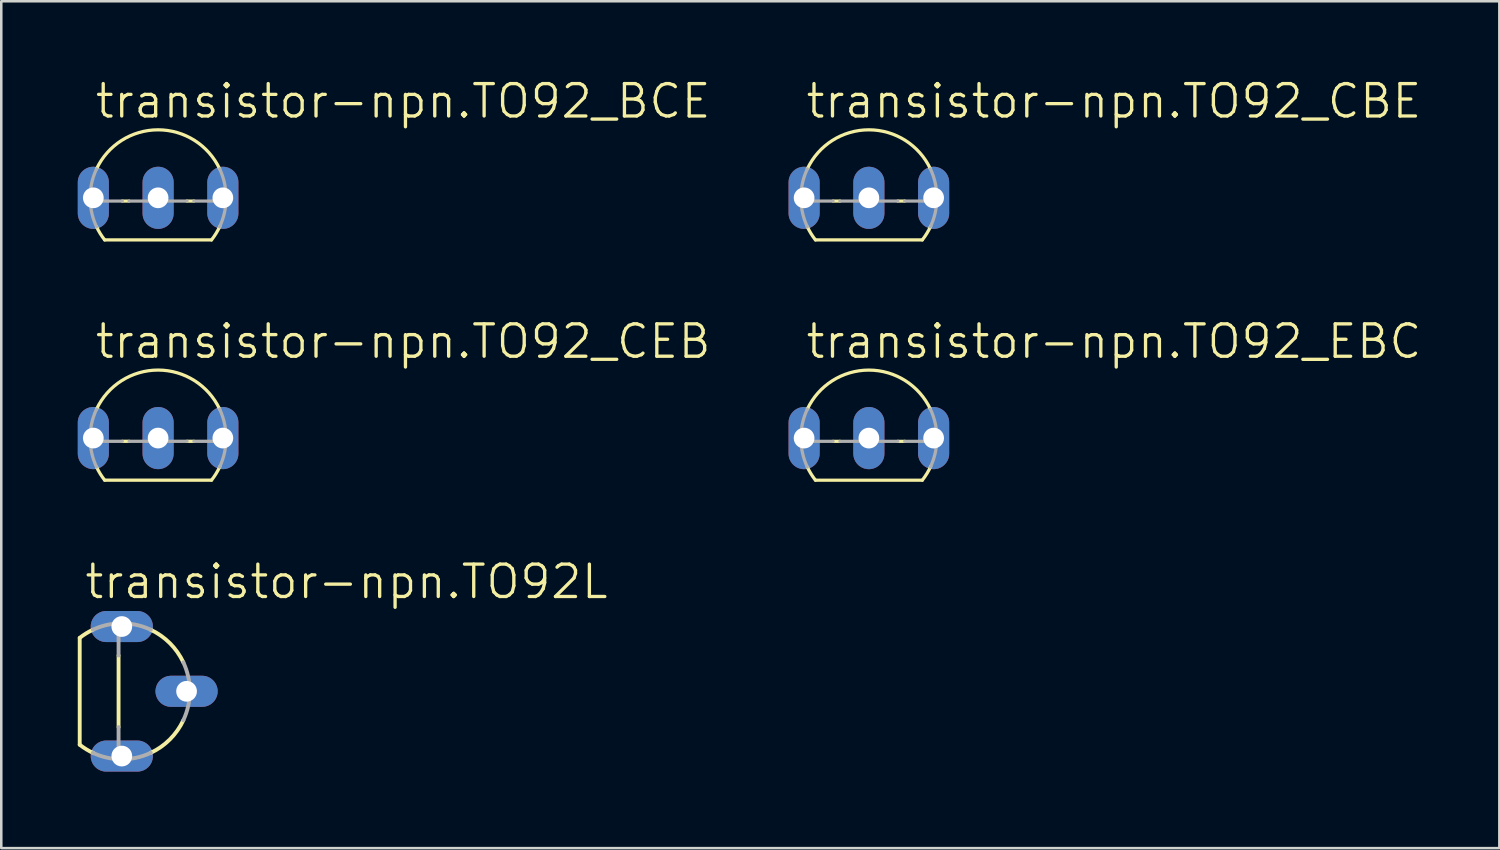
<source format=kicad_pcb>
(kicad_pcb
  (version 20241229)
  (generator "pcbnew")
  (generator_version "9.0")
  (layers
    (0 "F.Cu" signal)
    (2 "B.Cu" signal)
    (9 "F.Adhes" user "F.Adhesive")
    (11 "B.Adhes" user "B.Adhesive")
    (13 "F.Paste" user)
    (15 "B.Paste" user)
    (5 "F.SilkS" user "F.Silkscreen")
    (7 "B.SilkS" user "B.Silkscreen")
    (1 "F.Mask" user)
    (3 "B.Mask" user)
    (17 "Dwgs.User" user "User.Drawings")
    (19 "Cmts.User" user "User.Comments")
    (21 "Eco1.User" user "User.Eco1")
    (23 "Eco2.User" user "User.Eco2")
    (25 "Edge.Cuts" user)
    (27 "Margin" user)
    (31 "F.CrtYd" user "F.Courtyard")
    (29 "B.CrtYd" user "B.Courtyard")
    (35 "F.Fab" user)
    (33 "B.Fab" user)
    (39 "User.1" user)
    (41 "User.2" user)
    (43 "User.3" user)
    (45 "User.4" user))
  (footprint "transistor-npn.TO92_EBC"
    (layer "F.Cu")
    (at 31.025 12.861)
    (property "Reference" "transistor-npn.TO92_EBC" (at -2.54 -1.778 0) (layer "F.SilkS") (effects (font (size 1.27 1.27) (thickness 0.13)) (justify left bottom)))
    (attr through_hole)
    (fp_line (start -2.095 2.921) (end 2.095 2.921) (stroke (width 0.127) (type default)) (layer "F.SilkS"))
    (fp_line (start -1.136 1.397) (end -1.404 1.397) (stroke (width 0.127) (type default)) (layer "F.SilkS"))
    (fp_line (start 1.404 1.397) (end 1.136 1.397) (stroke (width 0.127) (type default)) (layer "F.SilkS"))
    (fp_arc (start -2.413 0.1341) (mid 0 -1.396985) (end 2.413 0.1341) (stroke (width 0.127) (type default)) (layer "F.SilkS"))
    (fp_arc (start -2.095 2.921) (mid -2.268918 2.67252) (end -2.4135 2.4059) (stroke (width 0.127) (type default)) (layer "F.SilkS"))
    (fp_arc (start 2.4247 2.3818) (mid 2.275878 2.661201) (end 2.095 2.921) (stroke (width 0.127) (type default)) (layer "F.SilkS"))
    (fp_line (start -1.404 1.397) (end -2.664 1.397) (stroke (width 0.127) (type default)) (layer "F.Fab"))
    (fp_line (start 1.136 1.397) (end -1.136 1.397) (stroke (width 0.127) (type default)) (layer "F.Fab"))
    (fp_line (start 2.664 1.397) (end 1.404 1.397) (stroke (width 0.127) (type default)) (layer "F.Fab"))
    (fp_arc (start -2.664 1.397) (mid -2.615858 0.750175) (end -2.413 0.1341) (stroke (width 0.127) (type default)) (layer "F.Fab"))
    (fp_arc (start -2.413 2.4059) (mid -2.588137 1.913799) (end -2.664 1.397) (stroke (width 0.127) (type default)) (layer "F.Fab"))
    (fp_arc (start 2.413 0.1341) (mid 2.615858 0.750175) (end 2.664 1.397) (stroke (width 0.127) (type default)) (layer "F.Fab"))
    (fp_arc (start 2.664 1.397) (mid 2.588137 1.913799) (end 2.413 2.4059) (stroke (width 0.127) (type default)) (layer "F.Fab"))
    (pad "B" thru_hole oval (at 0 1.27 90) (size 2.438 1.219) (drill 0.813) (layers "*.Cu" "*.Mask"))
    (pad "C" thru_hole oval (at -2.54 1.27 90) (size 2.438 1.219) (drill 0.813) (layers "*.Cu" "*.Mask"))
    (pad "E" thru_hole oval (at 2.54 1.27 90) (size 2.438 1.219) (drill 0.813) (layers "*.Cu" "*.Mask")))
  (footprint "transistor-npn.TO92_CEB"
    (layer "F.Cu")
    (at 3.15 14.13)
    (property "Reference" "transistor-npn.TO92_CEB" (at -2.54 -3.048 0) (layer "F.SilkS") (effects (font (size 1.27 1.27) (thickness 0.13)) (justify left bottom)))
    (attr through_hole)
    (fp_line (start -2.095 1.651) (end 2.095 1.651) (stroke (width 0.127) (type default)) (layer "F.SilkS"))
    (fp_line (start -1.136 0.127) (end -1.404 0.127) (stroke (width 0.127) (type default)) (layer "F.SilkS"))
    (fp_line (start 1.404 0.127) (end 1.136 0.127) (stroke (width 0.127) (type default)) (layer "F.SilkS"))
    (fp_arc (start -2.413 -1.1359) (mid 0 -2.666985) (end 2.413 -1.1359) (stroke (width 0.127) (type default)) (layer "F.SilkS"))
    (fp_arc (start -2.095 1.651) (mid -2.268918 1.40252) (end -2.4135 1.1359) (stroke (width 0.127) (type default)) (layer "F.SilkS"))
    (fp_arc (start 2.4247 1.1118) (mid 2.275878 1.391201) (end 2.095 1.651) (stroke (width 0.127) (type default)) (layer "F.SilkS"))
    (fp_line (start -1.404 0.127) (end -2.664 0.127) (stroke (width 0.127) (type default)) (layer "F.Fab"))
    (fp_line (start 1.136 0.127) (end -1.136 0.127) (stroke (width 0.127) (type default)) (layer "F.Fab"))
    (fp_line (start 2.664 0.127) (end 1.404 0.127) (stroke (width 0.127) (type default)) (layer "F.Fab"))
    (fp_arc (start -2.664 0.127) (mid -2.615858 -0.519825) (end -2.413 -1.1359) (stroke (width 0.127) (type default)) (layer "F.Fab"))
    (fp_arc (start -2.413 1.1359) (mid -2.588137 0.643799) (end -2.664 0.127) (stroke (width 0.127) (type default)) (layer "F.Fab"))
    (fp_arc (start 2.413 -1.1359) (mid 2.615858 -0.519825) (end 2.664 0.127) (stroke (width 0.127) (type default)) (layer "F.Fab"))
    (fp_arc (start 2.664 0.127) (mid 2.588137 0.643799) (end 2.413 1.1359) (stroke (width 0.127) (type default)) (layer "F.Fab"))
    (pad "B" thru_hole oval (at -2.54 0 90) (size 2.438 1.219) (drill 0.813) (layers "*.Cu" "*.Mask"))
    (pad "C" thru_hole oval (at 2.54 0 90) (size 2.438 1.219) (drill 0.813) (layers "*.Cu" "*.Mask"))
    (pad "E" thru_hole oval (at 0 0 90) (size 2.438 1.219) (drill 0.813) (layers "*.Cu" "*.Mask")))
  (footprint "transistor-npn.TO92L"
    (layer "F.Cu")
    (at 1.727 24.061)
    (property "Reference" "transistor-npn.TO92L" (at -1.524 -3.556 0) (layer "F.SilkS") (effects (font (size 1.27 1.27) (thickness 0.13)) (justify left bottom)))
    (attr through_hole)
    (fp_line (start -1.651 -2.095) (end -1.651 2.095) (stroke (width 0.152) (type default)) (layer "F.SilkS"))
    (fp_line (start -0.127 1.404) (end -0.127 -1.404) (stroke (width 0.152) (type default)) (layer "F.SilkS"))
    (fp_arc (start -1.651 -2.095) (mid -1.40252 -2.268918) (end -1.1359 -2.4135) (stroke (width 0.1524) (type default)) (layer "F.SilkS"))
    (fp_arc (start -1.1118 2.4247) (mid -1.391201 2.275878) (end -1.651 2.095) (stroke (width 0.1524) (type default)) (layer "F.SilkS"))
    (fp_arc (start 1.1359 -2.413) (mid 1.885847 -1.885847) (end 2.413 -1.1359) (stroke (width 0.1524) (type default)) (layer "F.SilkS"))
    (fp_arc (start 2.413 1.1359) (mid 1.885847 1.885847) (end 1.1359 2.413) (stroke (width 0.1524) (type default)) (layer "F.SilkS"))
    (fp_line (start -0.127 -1.404) (end -0.127 -2.664) (stroke (width 0.152) (type default)) (layer "F.Fab"))
    (fp_line (start -0.127 2.664) (end -0.127 1.404) (stroke (width 0.152) (type default)) (layer "F.Fab"))
    (fp_arc (start -1.1359 -2.413) (mid -0.643799 -2.588137) (end -0.127 -2.664) (stroke (width 0.1524) (type default)) (layer "F.Fab"))
    (fp_arc (start -0.127 -2.664) (mid 0.519825 -2.615858) (end 1.1359 -2.413) (stroke (width 0.1524) (type default)) (layer "F.Fab"))
    (fp_arc (start -0.127 2.664) (mid -0.643799 2.588137) (end -1.1359 2.413) (stroke (width 0.1524) (type default)) (layer "F.Fab"))
    (fp_arc (start 1.1359 2.413) (mid 0.519825 2.615858) (end -0.127 2.664) (stroke (width 0.1524) (type default)) (layer "F.Fab"))
    (fp_arc (start 2.413 -1.1359) (mid 2.666991 0) (end 2.413 1.1359) (stroke (width 0.1524) (type default)) (layer "F.Fab"))
    (pad "1" thru_hole oval (at 0 2.54) (size 2.438 1.219) (drill 0.813) (layers "*.Cu" "*.Mask"))
    (pad "2" thru_hole oval (at 2.54 0) (size 2.438 1.219) (drill 0.813) (layers "*.Cu" "*.Mask"))
    (pad "3" thru_hole oval (at 0 -2.54) (size 2.438 1.219) (drill 0.813) (layers "*.Cu" "*.Mask")))
  (footprint "transistor-npn.TO92_BCE"
    (layer "F.Cu")
    (at 3.15 4.708)
    (property "Reference" "transistor-npn.TO92_BCE" (at -2.54 -3.048 0) (layer "F.SilkS") (effects (font (size 1.27 1.27) (thickness 0.13)) (justify left bottom)))
    (attr through_hole)
    (fp_line (start -2.095 1.651) (end 2.095 1.651) (stroke (width 0.127) (type default)) (layer "F.SilkS"))
    (fp_line (start -1.136 0.127) (end -1.404 0.127) (stroke (width 0.127) (type default)) (layer "F.SilkS"))
    (fp_line (start 1.404 0.127) (end 1.136 0.127) (stroke (width 0.127) (type default)) (layer "F.SilkS"))
    (fp_arc (start -2.413 -1.1359) (mid 0 -2.666985) (end 2.413 -1.1359) (stroke (width 0.127) (type default)) (layer "F.SilkS"))
    (fp_arc (start -2.095 1.651) (mid -2.268918 1.40252) (end -2.4135 1.1359) (stroke (width 0.127) (type default)) (layer "F.SilkS"))
    (fp_arc (start 2.4247 1.1118) (mid 2.275878 1.391201) (end 2.095 1.651) (stroke (width 0.127) (type default)) (layer "F.SilkS"))
    (fp_line (start -1.404 0.127) (end -2.664 0.127) (stroke (width 0.127) (type default)) (layer "F.Fab"))
    (fp_line (start 1.136 0.127) (end -1.136 0.127) (stroke (width 0.127) (type default)) (layer "F.Fab"))
    (fp_line (start 2.664 0.127) (end 1.404 0.127) (stroke (width 0.127) (type default)) (layer "F.Fab"))
    (fp_arc (start -2.664 0.127) (mid -2.615858 -0.519825) (end -2.413 -1.1359) (stroke (width 0.127) (type default)) (layer "F.Fab"))
    (fp_arc (start -2.413 1.1359) (mid -2.588137 0.643799) (end -2.664 0.127) (stroke (width 0.127) (type default)) (layer "F.Fab"))
    (fp_arc (start 2.413 -1.1359) (mid 2.615858 -0.519825) (end 2.664 0.127) (stroke (width 0.127) (type default)) (layer "F.Fab"))
    (fp_arc (start 2.664 0.127) (mid 2.588137 0.643799) (end 2.413 1.1359) (stroke (width 0.127) (type default)) (layer "F.Fab"))
    (pad "B" thru_hole oval (at 2.54 0 90) (size 2.438 1.219) (drill 0.813) (layers "*.Cu" "*.Mask"))
    (pad "C" thru_hole oval (at 0 0 90) (size 2.438 1.219) (drill 0.813) (layers "*.Cu" "*.Mask"))
    (pad "E" thru_hole oval (at -2.54 0 90) (size 2.438 1.219) (drill 0.813) (layers "*.Cu" "*.Mask")))
  (footprint "transistor-npn.TO92_CBE"
    (layer "F.Cu")
    (at 31.025 4.708)
    (property "Reference" "transistor-npn.TO92_CBE" (at -2.54 -3.048 0) (layer "F.SilkS") (effects (font (size 1.27 1.27) (thickness 0.13)) (justify left bottom)))
    (attr through_hole)
    (fp_line (start -2.095 1.651) (end 2.095 1.651) (stroke (width 0.127) (type default)) (layer "F.SilkS"))
    (fp_line (start -1.136 0.127) (end -1.404 0.127) (stroke (width 0.127) (type default)) (layer "F.SilkS"))
    (fp_line (start 1.404 0.127) (end 1.136 0.127) (stroke (width 0.127) (type default)) (layer "F.SilkS"))
    (fp_arc (start -2.413 -1.1359) (mid 0 -2.666985) (end 2.413 -1.1359) (stroke (width 0.127) (type default)) (layer "F.SilkS"))
    (fp_arc (start -2.095 1.651) (mid -2.268918 1.40252) (end -2.4135 1.1359) (stroke (width 0.127) (type default)) (layer "F.SilkS"))
    (fp_arc (start 2.4247 1.1118) (mid 2.275878 1.391201) (end 2.095 1.651) (stroke (width 0.127) (type default)) (layer "F.SilkS"))
    (fp_line (start -1.404 0.127) (end -2.664 0.127) (stroke (width 0.127) (type default)) (layer "F.Fab"))
    (fp_line (start 1.136 0.127) (end -1.136 0.127) (stroke (width 0.127) (type default)) (layer "F.Fab"))
    (fp_line (start 2.664 0.127) (end 1.404 0.127) (stroke (width 0.127) (type default)) (layer "F.Fab"))
    (fp_arc (start -2.664 0.127) (mid -2.615858 -0.519825) (end -2.413 -1.1359) (stroke (width 0.127) (type default)) (layer "F.Fab"))
    (fp_arc (start -2.413 1.1359) (mid -2.588137 0.643799) (end -2.664 0.127) (stroke (width 0.127) (type default)) (layer "F.Fab"))
    (fp_arc (start 2.413 -1.1359) (mid 2.615858 -0.519825) (end 2.664 0.127) (stroke (width 0.127) (type default)) (layer "F.Fab"))
    (fp_arc (start 2.664 0.127) (mid 2.588137 0.643799) (end 2.413 1.1359) (stroke (width 0.127) (type default)) (layer "F.Fab"))
    (pad "B" thru_hole oval (at 0 0 90) (size 2.438 1.219) (drill 0.813) (layers "*.Cu" "*.Mask"))
    (pad "C" thru_hole oval (at 2.54 0 90) (size 2.438 1.219) (drill 0.813) (layers "*.Cu" "*.Mask"))
    (pad "E" thru_hole oval (at -2.54 0 90) (size 2.438 1.219) (drill 0.813) (layers "*.Cu" "*.Mask")))
  (gr_rect
    (start -3 -3)
    (end 55.751 30.211)
    (stroke (width 0.1) (type default))
    (fill no)
    (layer "Edge.Cuts")))
</source>
